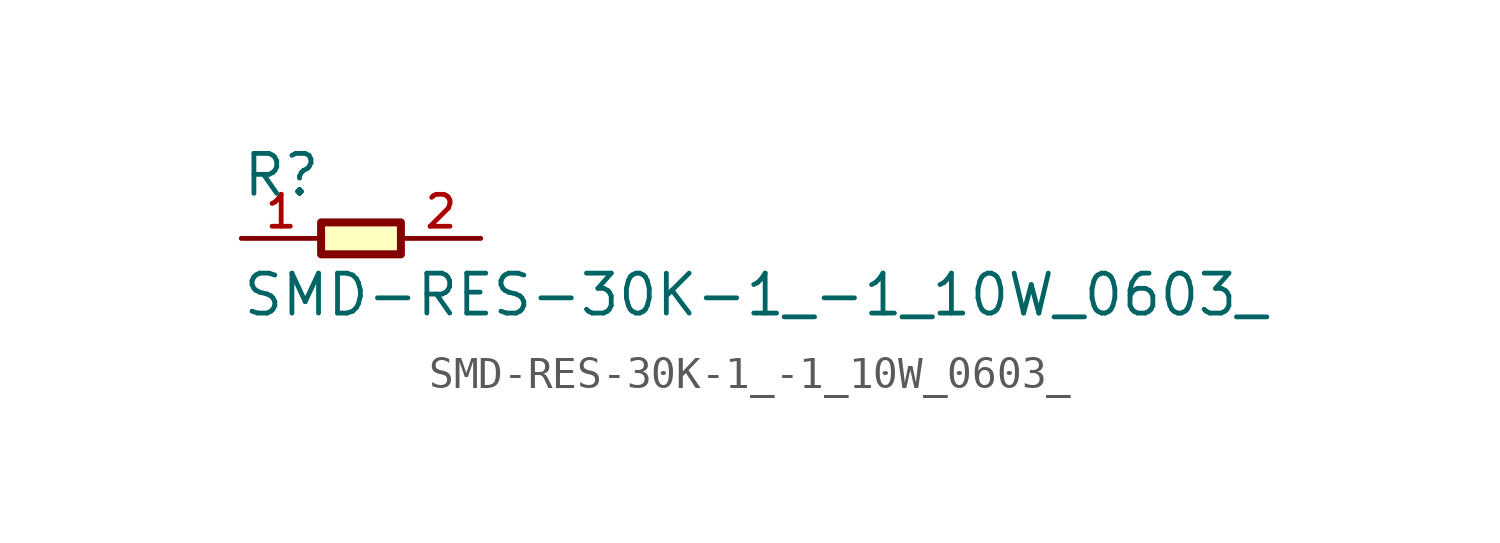
<source format=kicad_sym>
(kicad_symbol_lib
  (version 20211014)
  (generator kicad_symbol_editor)
  (symbol "SMD-RES-30K-1_-1_10W_0603_"
    (pin_names
      (offset 1.016))
    (property "Reference" "R"
      (at -3.81 1.27 0)
      (effects (font (size 1.27 1.27)) (justify bottom left)))
    (property "Value" "SMD-RES-30K-1_-1_10W_0603_"
      (at -3.81 -2.54 0)
      (effects (font (size 1.27 1.27)) (justify bottom left)))
    (symbol "SMD-RES-30K-1_-1_10W_0603__0_0"
      (rectangle (start -1.27 -0.508) (end 1.27 0.508) (stroke (width 0.254)) (fill (type background)))
      (pin passive line (at -3.81 0.0 0) (length 2.54) (name "~" (effects (font (size 1.016 1.016)))) (number "1" (effects (font (size 1.016 1.016)))))
      (pin passive line (at 3.81 0.0 180.0) (length 2.54) (name "~" (effects (font (size 1.016 1.016)))) (number "2" (effects (font (size 1.016 1.016))))))))
</source>
